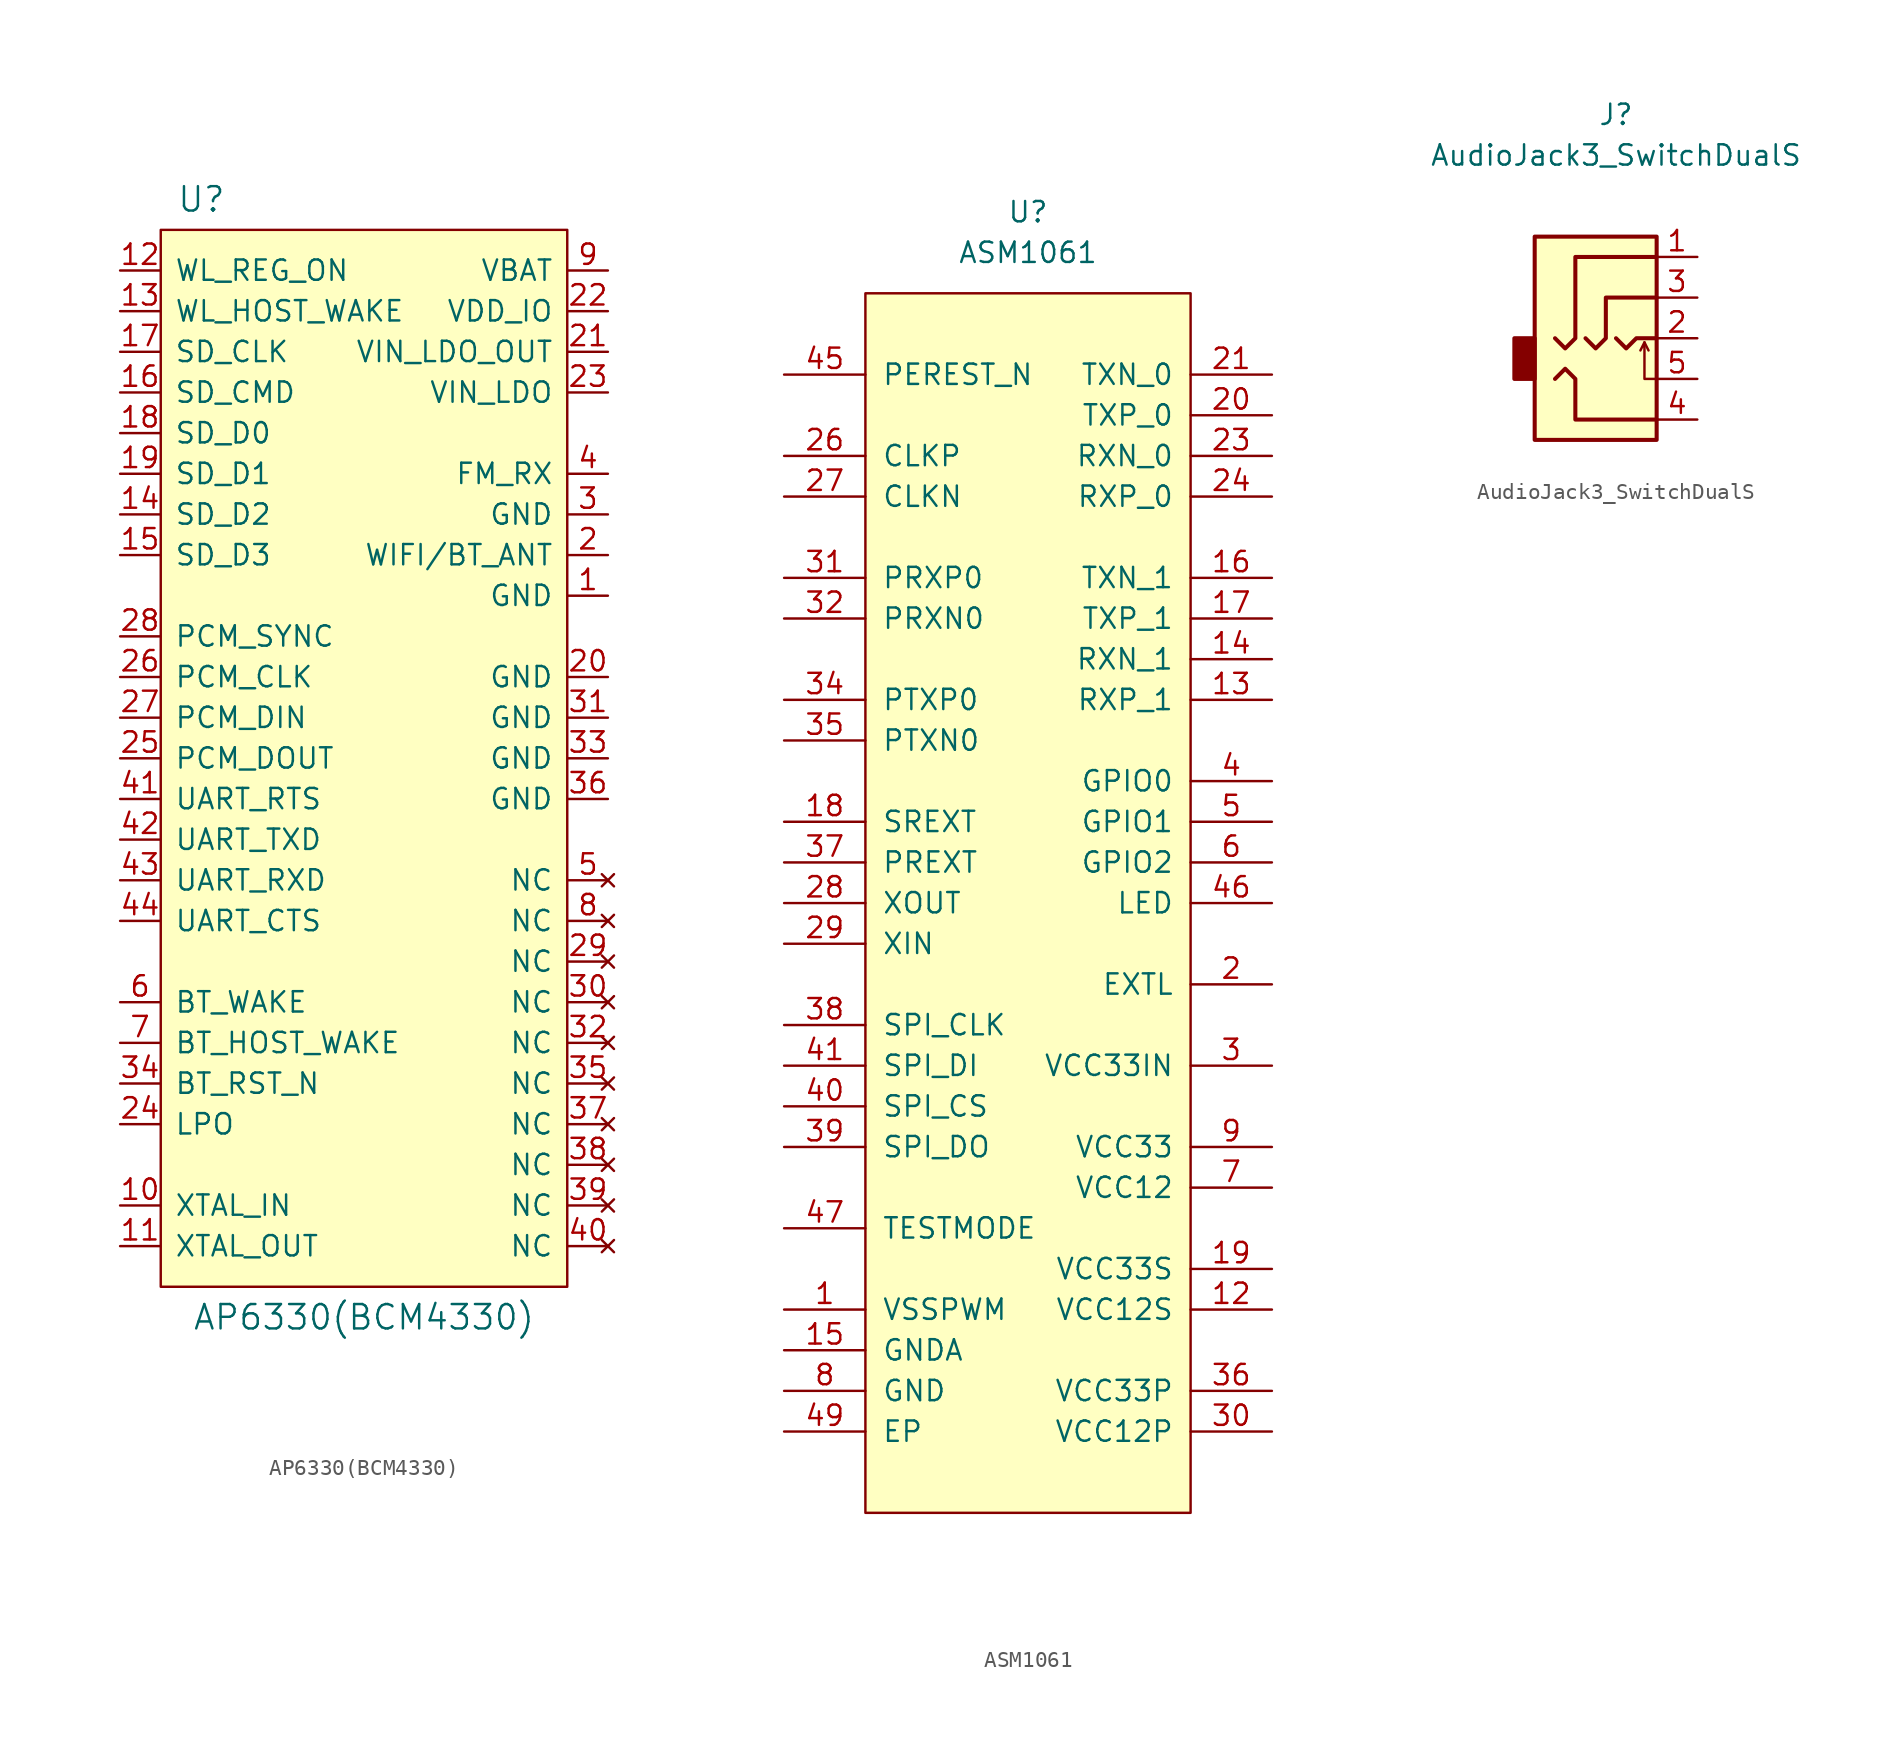
<source format=kicad_sym>
(kicad_symbol_lib
  (version 20231120)
  (generator "kicad_symbol_editor")
  (generator_version "8.0")
  (symbol "AP6330(BCM4330)"
    (pin_names
      (offset 0.889))
    (property "Reference" "U"
      (at -10.16 34.925 0)
      (effects (font (size 1.524 1.524))))
    (property "Value" "AP6330(BCM4330)"
      (at 0 -34.925 0)
      (effects (font (size 1.524 1.524))))
    (symbol "AP6330(BCM4330)_0_1"
      (rectangle (start 12.7 33.02) (end -12.7 -33.02) (stroke (width 0) (type default)) (fill (type background))))
    (symbol "AP6330(BCM4330)_1_1"
      (pin power_in line (at 15.24 10.16 180) (length 2.489) (name "GND" (effects (font (size 1.27 1.27)))) (number "1" (effects (font (size 1.27 1.27)))))
      (pin input line (at -15.24 -27.94 0) (length 2.489) (name "XTAL_IN" (effects (font (size 1.27 1.27)))) (number "10" (effects (font (size 1.27 1.27)))))
      (pin output line (at -15.24 -30.48 0) (length 2.489) (name "XTAL_OUT" (effects (font (size 1.27 1.27)))) (number "11" (effects (font (size 1.27 1.27)))))
      (pin input line (at -15.24 30.48 0) (length 2.489) (name "WL_REG_ON" (effects (font (size 1.27 1.27)))) (number "12" (effects (font (size 1.27 1.27)))))
      (pin output line (at -15.24 27.94 0) (length 2.489) (name "WL_HOST_WAKE" (effects (font (size 1.27 1.27)))) (number "13" (effects (font (size 1.27 1.27)))))
      (pin bidirectional line (at -15.24 15.24 0) (length 2.489) (name "SD_D2" (effects (font (size 1.27 1.27)))) (number "14" (effects (font (size 1.27 1.27)))))
      (pin bidirectional line (at -15.24 12.7 0) (length 2.489) (name "SD_D3" (effects (font (size 1.27 1.27)))) (number "15" (effects (font (size 1.27 1.27)))))
      (pin bidirectional line (at -15.24 22.86 0) (length 2.489) (name "SD_CMD" (effects (font (size 1.27 1.27)))) (number "16" (effects (font (size 1.27 1.27)))))
      (pin input line (at -15.24 25.4 0) (length 2.489) (name "SD_CLK" (effects (font (size 1.27 1.27)))) (number "17" (effects (font (size 1.27 1.27)))))
      (pin bidirectional line (at -15.24 20.32 0) (length 2.489) (name "SD_D0" (effects (font (size 1.27 1.27)))) (number "18" (effects (font (size 1.27 1.27)))))
      (pin bidirectional line (at -15.24 17.78 0) (length 2.489) (name "SD_D1" (effects (font (size 1.27 1.27)))) (number "19" (effects (font (size 1.27 1.27)))))
      (pin bidirectional line (at 15.24 12.7 180) (length 2.489) (name "WIFI/BT_ANT" (effects (font (size 1.27 1.27)))) (number "2" (effects (font (size 1.27 1.27)))))
      (pin power_in line (at 15.24 5.08 180) (length 2.489) (name "GND" (effects (font (size 1.27 1.27)))) (number "20" (effects (font (size 1.27 1.27)))))
      (pin power_out line (at 15.24 25.4 180) (length 2.489) (name "VIN_LDO_OUT" (effects (font (size 1.27 1.27)))) (number "21" (effects (font (size 1.27 1.27)))))
      (pin power_in line (at 15.24 27.94 180) (length 2.489) (name "VDD_IO" (effects (font (size 1.27 1.27)))) (number "22" (effects (font (size 1.27 1.27)))))
      (pin power_in line (at 15.24 22.86 180) (length 2.489) (name "VIN_LDO" (effects (font (size 1.27 1.27)))) (number "23" (effects (font (size 1.27 1.27)))))
      (pin bidirectional line (at -15.24 -22.86 0) (length 2.489) (name "LPO" (effects (font (size 1.27 1.27)))) (number "24" (effects (font (size 1.27 1.27)))))
      (pin output line (at -15.24 0 0) (length 2.489) (name "PCM_DOUT" (effects (font (size 1.27 1.27)))) (number "25" (effects (font (size 1.27 1.27)))))
      (pin input line (at -15.24 5.08 0) (length 2.489) (name "PCM_CLK" (effects (font (size 1.27 1.27)))) (number "26" (effects (font (size 1.27 1.27)))))
      (pin input line (at -15.24 2.54 0) (length 2.489) (name "PCM_DIN" (effects (font (size 1.27 1.27)))) (number "27" (effects (font (size 1.27 1.27)))))
      (pin input line (at -15.24 7.62 0) (length 2.489) (name "PCM_SYNC" (effects (font (size 1.27 1.27)))) (number "28" (effects (font (size 1.27 1.27)))))
      (pin no_connect line (at 15.24 -12.7 180) (length 2.489) (name "NC" (effects (font (size 1.27 1.27)))) (number "29" (effects (font (size 1.27 1.27)))))
      (pin power_in line (at 15.24 15.24 180) (length 2.489) (name "GND" (effects (font (size 1.27 1.27)))) (number "3" (effects (font (size 1.27 1.27)))))
      (pin no_connect line (at 15.24 -15.24 180) (length 2.489) (name "NC" (effects (font (size 1.27 1.27)))) (number "30" (effects (font (size 1.27 1.27)))))
      (pin power_in line (at 15.24 2.54 180) (length 2.489) (name "GND" (effects (font (size 1.27 1.27)))) (number "31" (effects (font (size 1.27 1.27)))))
      (pin no_connect line (at 15.24 -17.78 180) (length 2.489) (name "NC" (effects (font (size 1.27 1.27)))) (number "32" (effects (font (size 1.27 1.27)))))
      (pin power_in line (at 15.24 0 180) (length 2.489) (name "GND" (effects (font (size 1.27 1.27)))) (number "33" (effects (font (size 1.27 1.27)))))
      (pin input line (at -15.24 -20.32 0) (length 2.489) (name "BT_RST_N" (effects (font (size 1.27 1.27)))) (number "34" (effects (font (size 1.27 1.27)))))
      (pin no_connect line (at 15.24 -20.32 180) (length 2.489) (name "NC" (effects (font (size 1.27 1.27)))) (number "35" (effects (font (size 1.27 1.27)))))
      (pin power_in line (at 15.24 -2.54 180) (length 2.489) (name "GND" (effects (font (size 1.27 1.27)))) (number "36" (effects (font (size 1.27 1.27)))))
      (pin no_connect line (at 15.24 -22.86 180) (length 2.489) (name "NC" (effects (font (size 1.27 1.27)))) (number "37" (effects (font (size 1.27 1.27)))))
      (pin no_connect line (at 15.24 -25.4 180) (length 2.489) (name "NC" (effects (font (size 1.27 1.27)))) (number "38" (effects (font (size 1.27 1.27)))))
      (pin no_connect line (at 15.24 -27.94 180) (length 2.489) (name "NC" (effects (font (size 1.27 1.27)))) (number "39" (effects (font (size 1.27 1.27)))))
      (pin input line (at 15.24 17.78 180) (length 2.489) (name "FM_RX" (effects (font (size 1.27 1.27)))) (number "4" (effects (font (size 1.27 1.27)))))
      (pin no_connect line (at 15.24 -30.48 180) (length 2.489) (name "NC" (effects (font (size 1.27 1.27)))) (number "40" (effects (font (size 1.27 1.27)))))
      (pin output line (at -15.24 -2.54 0) (length 2.489) (name "UART_RTS" (effects (font (size 1.27 1.27)))) (number "41" (effects (font (size 1.27 1.27)))))
      (pin output line (at -15.24 -5.08 0) (length 2.489) (name "UART_TXD" (effects (font (size 1.27 1.27)))) (number "42" (effects (font (size 1.27 1.27)))))
      (pin input line (at -15.24 -7.62 0) (length 2.489) (name "UART_RXD" (effects (font (size 1.27 1.27)))) (number "43" (effects (font (size 1.27 1.27)))))
      (pin input line (at -15.24 -10.16 0) (length 2.489) (name "UART_CTS" (effects (font (size 1.27 1.27)))) (number "44" (effects (font (size 1.27 1.27)))))
      (pin no_connect line (at 15.24 -7.62 180) (length 2.489) (name "NC" (effects (font (size 1.27 1.27)))) (number "5" (effects (font (size 1.27 1.27)))))
      (pin input line (at -15.24 -15.24 0) (length 2.489) (name "BT_WAKE" (effects (font (size 1.27 1.27)))) (number "6" (effects (font (size 1.27 1.27)))))
      (pin output line (at -15.24 -17.78 0) (length 2.489) (name "BT_HOST_WAKE" (effects (font (size 1.27 1.27)))) (number "7" (effects (font (size 1.27 1.27)))))
      (pin no_connect line (at 15.24 -10.16 180) (length 2.489) (name "NC" (effects (font (size 1.27 1.27)))) (number "8" (effects (font (size 1.27 1.27)))))
      (pin power_in line (at 15.24 30.48 180) (length 2.489) (name "VBAT" (effects (font (size 1.27 1.27)))) (number "9" (effects (font (size 1.27 1.27)))))))
  (symbol "ASM1061"
    (pin_names
      (offset 1.016))
    (property "Reference" "U"
      (at 0 0 0)
      (effects (font (size 1.27 1.27))))
    (property "Value" "ASM1061"
      (at 0 -2.54 0)
      (effects (font (size 1.27 1.27))))
    (symbol "ASM1061_0_1"
      (rectangle (start -10.16 -5.08) (end 10.16 -81.28) (stroke (width 0) (type default)) (fill (type background))))
    (symbol "ASM1061_1_1"
      (pin power_in line (at -15.24 -68.58 0) (length 5.08) (name "VSSPWM" (effects (font (size 1.27 1.27)))) (number "1" (effects (font (size 1.27 1.27)))))
      (pin power_in line (at -15.24 -73.66 0) (length 5.08) hide (name "GND" (effects (font (size 1.27 1.27)))) (number "10" (effects (font (size 1.27 1.27)))))
      (pin power_in line (at 15.24 -60.96 180) (length 5.08) hide (name "VCC12" (effects (font (size 1.27 1.27)))) (number "11" (effects (font (size 1.27 1.27)))))
      (pin power_in line (at 15.24 -68.58 180) (length 5.08) (name "VCC12S" (effects (font (size 1.27 1.27)))) (number "12" (effects (font (size 1.27 1.27)))))
      (pin input line (at 15.24 -30.48 180) (length 5.08) (name "RXP_1" (effects (font (size 1.27 1.27)))) (number "13" (effects (font (size 1.27 1.27)))))
      (pin input line (at 15.24 -27.94 180) (length 5.08) (name "RXN_1" (effects (font (size 1.27 1.27)))) (number "14" (effects (font (size 1.27 1.27)))))
      (pin power_in line (at -15.24 -71.12 0) (length 5.08) (name "GNDA" (effects (font (size 1.27 1.27)))) (number "15" (effects (font (size 1.27 1.27)))))
      (pin output line (at 15.24 -22.86 180) (length 5.08) (name "TXN_1" (effects (font (size 1.27 1.27)))) (number "16" (effects (font (size 1.27 1.27)))))
      (pin output line (at 15.24 -25.4 180) (length 5.08) (name "TXP_1" (effects (font (size 1.27 1.27)))) (number "17" (effects (font (size 1.27 1.27)))))
      (pin bidirectional line (at -15.24 -38.1 0) (length 5.08) (name "SREXT" (effects (font (size 1.27 1.27)))) (number "18" (effects (font (size 1.27 1.27)))))
      (pin power_in line (at 15.24 -66.04 180) (length 5.08) (name "VCC33S" (effects (font (size 1.27 1.27)))) (number "19" (effects (font (size 1.27 1.27)))))
      (pin power_out line (at 15.24 -48.26 180) (length 5.08) (name "EXTL" (effects (font (size 1.27 1.27)))) (number "2" (effects (font (size 1.27 1.27)))))
      (pin output line (at 15.24 -12.7 180) (length 5.08) (name "TXP_0" (effects (font (size 1.27 1.27)))) (number "20" (effects (font (size 1.27 1.27)))))
      (pin output line (at 15.24 -10.16 180) (length 5.08) (name "TXN_0" (effects (font (size 1.27 1.27)))) (number "21" (effects (font (size 1.27 1.27)))))
      (pin power_in line (at -15.24 -71.12 0) (length 5.08) hide (name "GNDA" (effects (font (size 1.27 1.27)))) (number "22" (effects (font (size 1.27 1.27)))))
      (pin input line (at 15.24 -15.24 180) (length 5.08) (name "RXN_0" (effects (font (size 1.27 1.27)))) (number "23" (effects (font (size 1.27 1.27)))))
      (pin input line (at 15.24 -17.78 180) (length 5.08) (name "RXP_0" (effects (font (size 1.27 1.27)))) (number "24" (effects (font (size 1.27 1.27)))))
      (pin power_in line (at 15.24 -68.58 180) (length 5.08) hide (name "VCC12S" (effects (font (size 1.27 1.27)))) (number "25" (effects (font (size 1.27 1.27)))))
      (pin input line (at -15.24 -15.24 0) (length 5.08) (name "CLKP" (effects (font (size 1.27 1.27)))) (number "26" (effects (font (size 1.27 1.27)))))
      (pin input line (at -15.24 -17.78 0) (length 5.08) (name "CLKN" (effects (font (size 1.27 1.27)))) (number "27" (effects (font (size 1.27 1.27)))))
      (pin output line (at -15.24 -43.18 0) (length 5.08) (name "XOUT" (effects (font (size 1.27 1.27)))) (number "28" (effects (font (size 1.27 1.27)))))
      (pin input line (at -15.24 -45.72 0) (length 5.08) (name "XIN" (effects (font (size 1.27 1.27)))) (number "29" (effects (font (size 1.27 1.27)))))
      (pin input line (at 15.24 -53.34 180) (length 5.08) (name "VCC33IN" (effects (font (size 1.27 1.27)))) (number "3" (effects (font (size 1.27 1.27)))))
      (pin power_in line (at 15.24 -76.2 180) (length 5.08) (name "VCC12P" (effects (font (size 1.27 1.27)))) (number "30" (effects (font (size 1.27 1.27)))))
      (pin input line (at -15.24 -22.86 0) (length 5.08) (name "PRXP0" (effects (font (size 1.27 1.27)))) (number "31" (effects (font (size 1.27 1.27)))))
      (pin input line (at -15.24 -25.4 0) (length 5.08) (name "PRXN0" (effects (font (size 1.27 1.27)))) (number "32" (effects (font (size 1.27 1.27)))))
      (pin power_in line (at -15.24 -71.12 0) (length 5.08) hide (name "GNDA" (effects (font (size 1.27 1.27)))) (number "33" (effects (font (size 1.27 1.27)))))
      (pin output line (at -15.24 -30.48 0) (length 5.08) (name "PTXP0" (effects (font (size 1.27 1.27)))) (number "34" (effects (font (size 1.27 1.27)))))
      (pin output line (at -15.24 -33.02 0) (length 5.08) (name "PTXN0" (effects (font (size 1.27 1.27)))) (number "35" (effects (font (size 1.27 1.27)))))
      (pin power_in line (at 15.24 -73.66 180) (length 5.08) (name "VCC33P" (effects (font (size 1.27 1.27)))) (number "36" (effects (font (size 1.27 1.27)))))
      (pin bidirectional line (at -15.24 -40.64 0) (length 5.08) (name "PREXT" (effects (font (size 1.27 1.27)))) (number "37" (effects (font (size 1.27 1.27)))))
      (pin output line (at -15.24 -50.8 0) (length 5.08) (name "SPI_CLK" (effects (font (size 1.27 1.27)))) (number "38" (effects (font (size 1.27 1.27)))))
      (pin output line (at -15.24 -58.42 0) (length 5.08) (name "SPI_DO" (effects (font (size 1.27 1.27)))) (number "39" (effects (font (size 1.27 1.27)))))
      (pin bidirectional line (at 15.24 -35.56 180) (length 5.08) (name "GPIO0" (effects (font (size 1.27 1.27)))) (number "4" (effects (font (size 1.27 1.27)))))
      (pin output line (at -15.24 -55.88 0) (length 5.08) (name "SPI_CS" (effects (font (size 1.27 1.27)))) (number "40" (effects (font (size 1.27 1.27)))))
      (pin input line (at -15.24 -53.34 0) (length 5.08) (name "SPI_DI" (effects (font (size 1.27 1.27)))) (number "41" (effects (font (size 1.27 1.27)))))
      (pin power_in line (at -15.24 -73.66 0) (length 5.08) hide (name "GND" (effects (font (size 1.27 1.27)))) (number "42" (effects (font (size 1.27 1.27)))))
      (pin power_in line (at 15.24 -60.96 180) (length 5.08) hide (name "VCC12" (effects (font (size 1.27 1.27)))) (number "43" (effects (font (size 1.27 1.27)))))
      (pin power_in line (at 15.24 -58.42 180) (length 5.08) hide (name "VCC33" (effects (font (size 1.27 1.27)))) (number "44" (effects (font (size 1.27 1.27)))))
      (pin input line (at -15.24 -10.16 0) (length 5.08) (name "PEREST_N" (effects (font (size 1.27 1.27)))) (number "45" (effects (font (size 1.27 1.27)))))
      (pin output line (at 15.24 -43.18 180) (length 5.08) (name "LED" (effects (font (size 1.27 1.27)))) (number "46" (effects (font (size 1.27 1.27)))))
      (pin input line (at -15.24 -63.5 0) (length 5.08) (name "TESTMODE" (effects (font (size 1.27 1.27)))) (number "47" (effects (font (size 1.27 1.27)))))
      (pin power_in line (at 15.24 -60.96 180) (length 5.08) hide (name "VCC12" (effects (font (size 1.27 1.27)))) (number "48" (effects (font (size 1.27 1.27)))))
      (pin power_in line (at -15.24 -76.2 0) (length 5.08) (name "EP" (effects (font (size 1.27 1.27)))) (number "49" (effects (font (size 1.27 1.27)))))
      (pin bidirectional line (at 15.24 -38.1 180) (length 5.08) (name "GPIO1" (effects (font (size 1.27 1.27)))) (number "5" (effects (font (size 1.27 1.27)))))
      (pin bidirectional line (at 15.24 -40.64 180) (length 5.08) (name "GPIO2" (effects (font (size 1.27 1.27)))) (number "6" (effects (font (size 1.27 1.27)))))
      (pin power_in line (at 15.24 -60.96 180) (length 5.08) (name "VCC12" (effects (font (size 1.27 1.27)))) (number "7" (effects (font (size 1.27 1.27)))))
      (pin power_in line (at -15.24 -73.66 0) (length 5.08) (name "GND" (effects (font (size 1.27 1.27)))) (number "8" (effects (font (size 1.27 1.27)))))
      (pin power_in line (at 15.24 -58.42 180) (length 5.08) (name "VCC33" (effects (font (size 1.27 1.27)))) (number "9" (effects (font (size 1.27 1.27)))))))
  (symbol "AudioJack3_SwitchDualS"
    (property "Reference" "J"
      (at 0 8.89 0)
      (effects (font (size 1.27 1.27))))
    (property "Value" "AudioJack3_SwitchDualS"
      (at 0 6.35 0)
      (effects (font (size 1.27 1.27))))
    (symbol "AudioJack3_SwitchDualS_0_1"
      (rectangle (start -5.08 -5.08) (end -6.35 -7.62) (stroke (width 0.254) (type default)) (fill (type outline)))
      (polyline (pts (xy 1.778 -5.334) (xy 2.032 -5.842)) (stroke (width 0) (type default)) (fill (type none)))
      (polyline (pts (xy 0 -5.08) (xy 0.635 -5.715) (xy 1.27 -5.08) (xy 2.54 -5.08)) (stroke (width 0.254) (type default)) (fill (type none)))
      (polyline (pts (xy 2.54 -7.62) (xy 1.778 -7.62) (xy 1.778 -5.334) (xy 1.524 -5.842)) (stroke (width 0) (type default)) (fill (type none)))
      (polyline (pts (xy -3.81 -7.62) (xy -3.175 -6.985) (xy -2.54 -7.62) (xy -2.54 -10.16) (xy 2.54 -10.16)) (stroke (width 0.254) (type default)) (fill (type none)))
      (polyline (pts (xy -3.81 -5.08) (xy -3.175 -5.715) (xy -2.54 -5.08) (xy -2.54 0) (xy 2.54 0)) (stroke (width 0.254) (type default)) (fill (type none)))
      (polyline (pts (xy -1.905 -5.08) (xy -1.27 -5.715) (xy -0.635 -5.08) (xy -0.635 -3.175) (xy -0.635 -2.54) (xy 2.54 -2.54)) (stroke (width 0.254) (type default)) (fill (type none)))
      (rectangle (start 2.54 1.27) (end -5.08 -11.43) (stroke (width 0.254) (type default)) (fill (type background))))
    (symbol "AudioJack3_SwitchDualS_1_1"
      (pin passive line (at 5.08 0 180) (length 2.54) (name "~" (effects (font (size 1.27 1.27)))) (number "1" (effects (font (size 1.27 1.27)))))
      (pin passive line (at 5.08 -5.08 180) (length 2.54) (name "~" (effects (font (size 1.27 1.27)))) (number "2" (effects (font (size 1.27 1.27)))))
      (pin passive line (at 5.08 -2.54 180) (length 2.54) (name "~" (effects (font (size 1.27 1.27)))) (number "3" (effects (font (size 1.27 1.27)))))
      (pin passive line (at 5.08 -10.16 180) (length 2.54) (name "~" (effects (font (size 1.27 1.27)))) (number "4" (effects (font (size 1.27 1.27)))))
      (pin passive line (at 5.08 -7.62 180) (length 2.54) (name "~" (effects (font (size 1.27 1.27)))) (number "5" (effects (font (size 1.27 1.27))))))))
</source>
